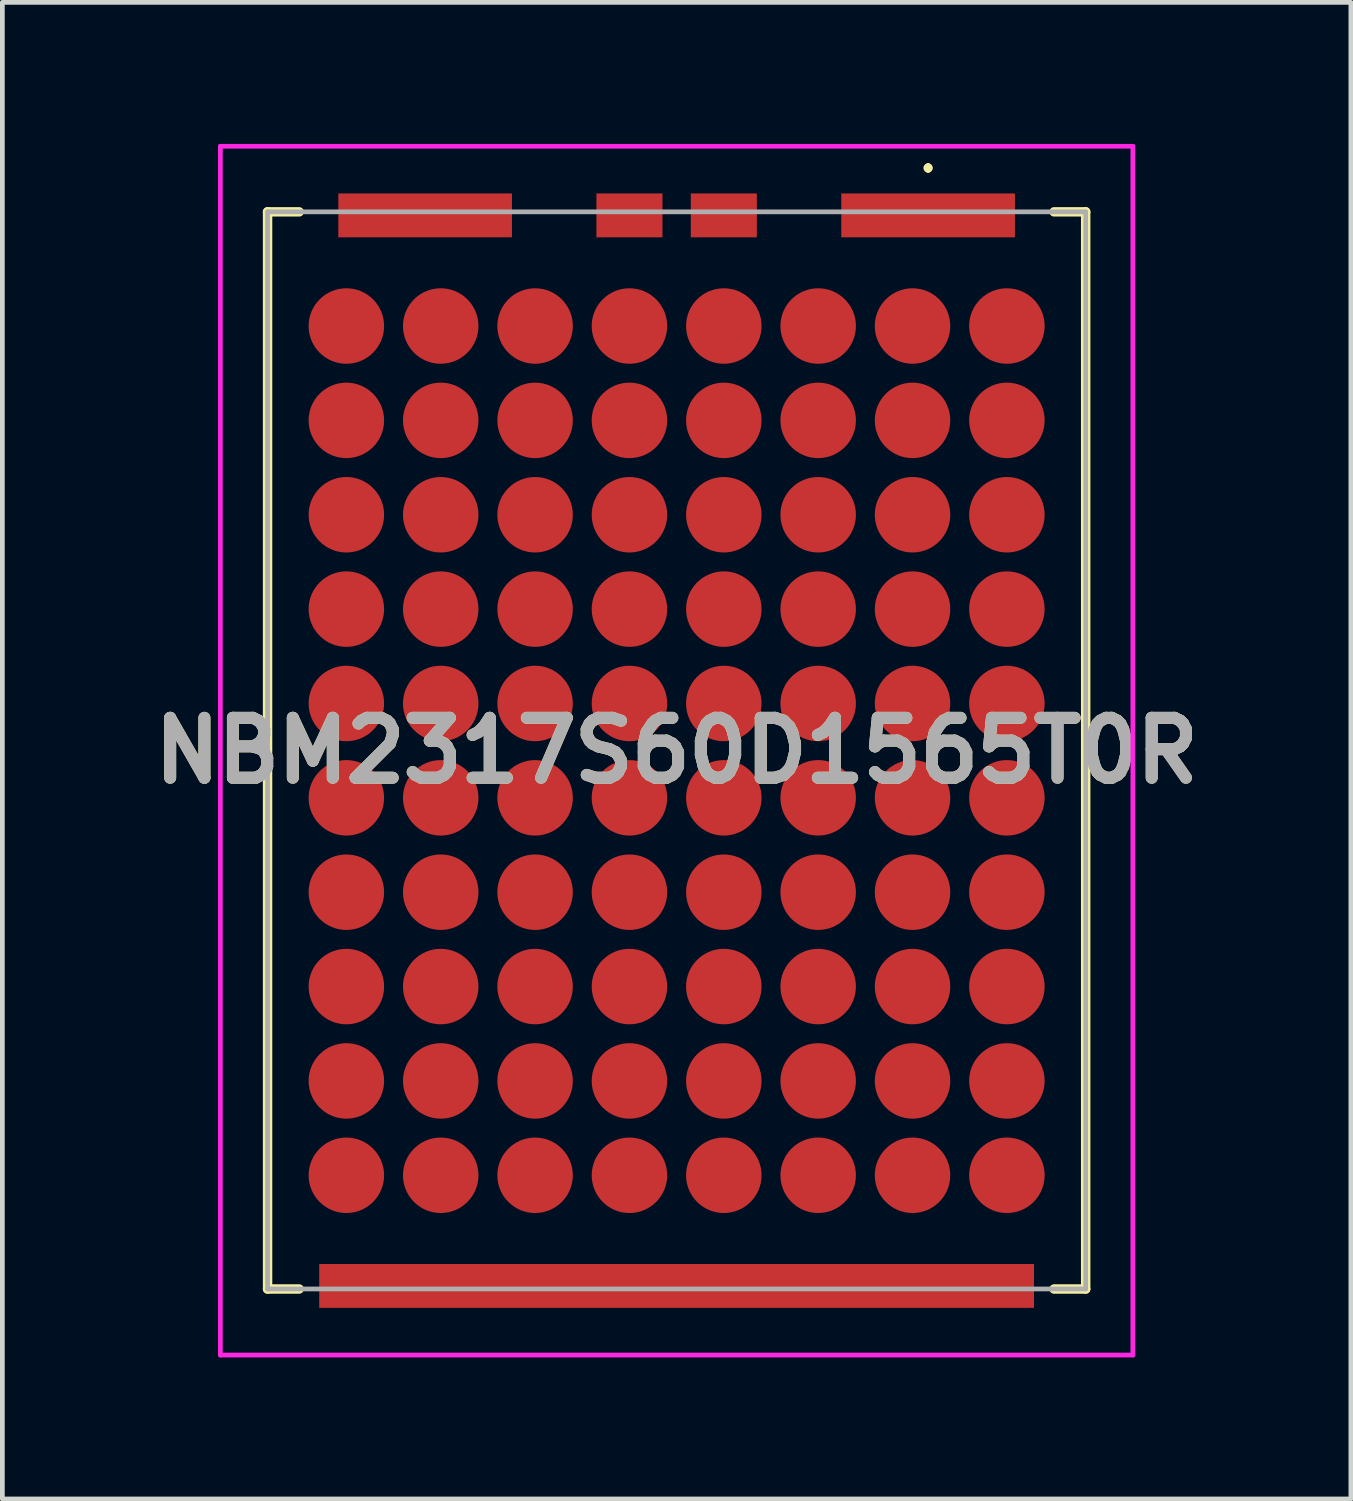
<source format=kicad_pcb>
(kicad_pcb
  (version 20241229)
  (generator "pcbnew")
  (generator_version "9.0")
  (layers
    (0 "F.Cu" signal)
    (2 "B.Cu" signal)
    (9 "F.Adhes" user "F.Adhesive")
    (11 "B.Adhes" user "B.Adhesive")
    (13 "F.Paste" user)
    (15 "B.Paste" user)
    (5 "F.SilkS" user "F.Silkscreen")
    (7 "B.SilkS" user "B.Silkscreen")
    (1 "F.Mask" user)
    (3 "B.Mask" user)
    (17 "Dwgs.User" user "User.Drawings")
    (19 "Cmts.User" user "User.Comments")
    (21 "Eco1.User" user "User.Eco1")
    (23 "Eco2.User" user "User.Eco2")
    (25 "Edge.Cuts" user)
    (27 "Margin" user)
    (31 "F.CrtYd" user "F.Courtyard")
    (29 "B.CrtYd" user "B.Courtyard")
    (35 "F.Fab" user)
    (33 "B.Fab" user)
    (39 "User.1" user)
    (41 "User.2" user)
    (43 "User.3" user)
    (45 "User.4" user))
  (footprint "NBM2317S60D1565T0R"
    (layer "F.Cu")
    (at 11.291 12.86)
    (property "Reference" "NBM2317S60D1565T0R" (at 0 0 0) (layer "F.SilkS") (effects (font (size 1.27 1.27) (thickness 0.254))))
    (attr smd)
    (fp_line (start -8.67 -11.42) (end -8 -11.42) (stroke (width 0.2) (type solid)) (layer "F.SilkS"))
    (fp_line (start -8.67 11.41) (end -8.67 -11.42) (stroke (width 0.2) (type solid)) (layer "F.SilkS"))
    (fp_line (start -8 11.41) (end -8.67 11.41) (stroke (width 0.2) (type solid)) (layer "F.SilkS"))
    (fp_line (start 5.33 -12.4) (end 5.33 -12.4) (stroke (width 0.1) (type solid)) (layer "F.SilkS"))
    (fp_line (start 5.33 -12.3) (end 5.33 -12.3) (stroke (width 0.1) (type solid)) (layer "F.SilkS"))
    (fp_line (start 8 -11.42) (end 8.67 -11.42) (stroke (width 0.2) (type solid)) (layer "F.SilkS"))
    (fp_line (start 8.67 -11.42) (end 8.67 11.41) (stroke (width 0.2) (type solid)) (layer "F.SilkS"))
    (fp_line (start 8.67 11.41) (end 8 11.41) (stroke (width 0.2) (type solid)) (layer "F.SilkS"))
    (fp_arc (start 5.33 -12.4) (mid 5.38 -12.35) (end 5.33 -12.3) (stroke (width 0.1) (type solid)) (layer "F.SilkS"))
    (fp_arc (start 5.33 -12.3) (mid 5.28 -12.35) (end 5.33 -12.4) (stroke (width 0.1) (type solid)) (layer "F.SilkS"))
    (fp_line (start -9.67 -12.81) (end 9.67 -12.81) (stroke (width 0.1) (type solid)) (layer "F.CrtYd"))
    (fp_line (start -9.67 12.81) (end -9.67 -12.81) (stroke (width 0.1) (type solid)) (layer "F.CrtYd"))
    (fp_line (start 9.67 -12.81) (end 9.67 12.81) (stroke (width 0.1) (type solid)) (layer "F.CrtYd"))
    (fp_line (start 9.67 12.81) (end -9.67 12.81) (stroke (width 0.1) (type solid)) (layer "F.CrtYd"))
    (fp_line (start -8.67 -11.42) (end 8.67 -11.42) (stroke (width 0.1) (type solid)) (layer "F.Fab"))
    (fp_line (start -8.67 11.41) (end -8.67 -11.42) (stroke (width 0.1) (type solid)) (layer "F.Fab"))
    (fp_line (start 8.67 -11.42) (end 8.67 11.41) (stroke (width 0.1) (type solid)) (layer "F.Fab"))
    (fp_line (start 8.67 11.41) (end -8.67 11.41) (stroke (width 0.1) (type solid)) (layer "F.Fab"))
    (fp_text user "${REFERENCE}" (at 0 0 0) (layer "F.Fab") (effects (font (size 1.27 1.27) (thickness 0.254))))
    (pad "1" smd rect (at 5.33 -11.345 90) (size 0.93 3.68) (layers "F.Cu" "F.Mask" "F.Paste"))
    (pad "2" smd rect (at 1 -11.345 90) (size 0.93 1.4) (layers "F.Cu" "F.Mask" "F.Paste"))
    (pad "3" smd rect (at -1 -11.345 90) (size 0.93 1.4) (layers "F.Cu" "F.Mask" "F.Paste"))
    (pad "4" smd rect (at -5.33 -11.345 90) (size 0.93 3.68) (layers "F.Cu" "F.Mask" "F.Paste"))
    (pad "5" smd rect (at 0 11.345 90) (size 0.93 15.15) (layers "F.Cu" "F.Mask" "F.Paste"))
    (pad "6" smd circle (at 7 -9 90) (size 1.6 1.6) (layers "F.Cu" "F.Mask" "F.Paste"))
    (pad "7" smd circle (at 5 -9 90) (size 1.6 1.6) (layers "F.Cu" "F.Mask" "F.Paste"))
    (pad "8" smd circle (at 3 -9 90) (size 1.6 1.6) (layers "F.Cu" "F.Mask" "F.Paste"))
    (pad "9" smd circle (at 1 -9 90) (size 1.6 1.6) (layers "F.Cu" "F.Mask" "F.Paste"))
    (pad "10" smd circle (at -1 -9 90) (size 1.6 1.6) (layers "F.Cu" "F.Mask" "F.Paste"))
    (pad "11" smd circle (at -3 -9 90) (size 1.6 1.6) (layers "F.Cu" "F.Mask" "F.Paste"))
    (pad "12" smd circle (at -5 -9 90) (size 1.6 1.6) (layers "F.Cu" "F.Mask" "F.Paste"))
    (pad "13" smd circle (at -7 -9 90) (size 1.6 1.6) (layers "F.Cu" "F.Mask" "F.Paste"))
    (pad "14" smd circle (at 7 -7 90) (size 1.6 1.6) (layers "F.Cu" "F.Mask" "F.Paste"))
    (pad "15" smd circle (at 5 -7 90) (size 1.6 1.6) (layers "F.Cu" "F.Mask" "F.Paste"))
    (pad "16" smd circle (at 3 -7 90) (size 1.6 1.6) (layers "F.Cu" "F.Mask" "F.Paste"))
    (pad "17" smd circle (at 1 -7 90) (size 1.6 1.6) (layers "F.Cu" "F.Mask" "F.Paste"))
    (pad "18" smd circle (at -1 -7 90) (size 1.6 1.6) (layers "F.Cu" "F.Mask" "F.Paste"))
    (pad "19" smd circle (at -3 -7 90) (size 1.6 1.6) (layers "F.Cu" "F.Mask" "F.Paste"))
    (pad "20" smd circle (at -5 -7 90) (size 1.6 1.6) (layers "F.Cu" "F.Mask" "F.Paste"))
    (pad "21" smd circle (at -7 -7 90) (size 1.6 1.6) (layers "F.Cu" "F.Mask" "F.Paste"))
    (pad "22" smd circle (at 7 -5 90) (size 1.6 1.6) (layers "F.Cu" "F.Mask" "F.Paste"))
    (pad "23" smd circle (at 5 -5 90) (size 1.6 1.6) (layers "F.Cu" "F.Mask" "F.Paste"))
    (pad "24" smd circle (at 3 -5 90) (size 1.6 1.6) (layers "F.Cu" "F.Mask" "F.Paste"))
    (pad "25" smd circle (at 1 -5 90) (size 1.6 1.6) (layers "F.Cu" "F.Mask" "F.Paste"))
    (pad "26" smd circle (at -1 -5 90) (size 1.6 1.6) (layers "F.Cu" "F.Mask" "F.Paste"))
    (pad "27" smd circle (at -3 -5 90) (size 1.6 1.6) (layers "F.Cu" "F.Mask" "F.Paste"))
    (pad "28" smd circle (at -5 -5 90) (size 1.6 1.6) (layers "F.Cu" "F.Mask" "F.Paste"))
    (pad "29" smd circle (at -7 -5 90) (size 1.6 1.6) (layers "F.Cu" "F.Mask" "F.Paste"))
    (pad "30" smd circle (at 7 -3 90) (size 1.6 1.6) (layers "F.Cu" "F.Mask" "F.Paste"))
    (pad "31" smd circle (at 5 -3 90) (size 1.6 1.6) (layers "F.Cu" "F.Mask" "F.Paste"))
    (pad "32" smd circle (at 3 -3 90) (size 1.6 1.6) (layers "F.Cu" "F.Mask" "F.Paste"))
    (pad "33" smd circle (at 1 -3 90) (size 1.6 1.6) (layers "F.Cu" "F.Mask" "F.Paste"))
    (pad "34" smd circle (at -1 -3 90) (size 1.6 1.6) (layers "F.Cu" "F.Mask" "F.Paste"))
    (pad "35" smd circle (at -3 -3 90) (size 1.6 1.6) (layers "F.Cu" "F.Mask" "F.Paste"))
    (pad "36" smd circle (at -5 -3 90) (size 1.6 1.6) (layers "F.Cu" "F.Mask" "F.Paste"))
    (pad "37" smd circle (at -7 -3 90) (size 1.6 1.6) (layers "F.Cu" "F.Mask" "F.Paste"))
    (pad "38" smd circle (at 7 -1 90) (size 1.6 1.6) (layers "F.Cu" "F.Mask" "F.Paste"))
    (pad "39" smd circle (at 5 -1 90) (size 1.6 1.6) (layers "F.Cu" "F.Mask" "F.Paste"))
    (pad "40" smd circle (at 3 -1 90) (size 1.6 1.6) (layers "F.Cu" "F.Mask" "F.Paste"))
    (pad "41" smd circle (at 1 -1 90) (size 1.6 1.6) (layers "F.Cu" "F.Mask" "F.Paste"))
    (pad "42" smd circle (at -1 -1 90) (size 1.6 1.6) (layers "F.Cu" "F.Mask" "F.Paste"))
    (pad "43" smd circle (at -3 -1 90) (size 1.6 1.6) (layers "F.Cu" "F.Mask" "F.Paste"))
    (pad "44" smd circle (at -5 -1 90) (size 1.6 1.6) (layers "F.Cu" "F.Mask" "F.Paste"))
    (pad "45" smd circle (at -7 -1 90) (size 1.6 1.6) (layers "F.Cu" "F.Mask" "F.Paste"))
    (pad "46" smd circle (at 7 1 90) (size 1.6 1.6) (layers "F.Cu" "F.Mask" "F.Paste"))
    (pad "47" smd circle (at 5 1 90) (size 1.6 1.6) (layers "F.Cu" "F.Mask" "F.Paste"))
    (pad "48" smd circle (at 3 1 90) (size 1.6 1.6) (layers "F.Cu" "F.Mask" "F.Paste"))
    (pad "49" smd circle (at 1 1 90) (size 1.6 1.6) (layers "F.Cu" "F.Mask" "F.Paste"))
    (pad "50" smd circle (at -1 1 90) (size 1.6 1.6) (layers "F.Cu" "F.Mask" "F.Paste"))
    (pad "51" smd circle (at -3 1 90) (size 1.6 1.6) (layers "F.Cu" "F.Mask" "F.Paste"))
    (pad "52" smd circle (at -5 1 90) (size 1.6 1.6) (layers "F.Cu" "F.Mask" "F.Paste"))
    (pad "53" smd circle (at -7 1 90) (size 1.6 1.6) (layers "F.Cu" "F.Mask" "F.Paste"))
    (pad "54" smd circle (at 7 3 90) (size 1.6 1.6) (layers "F.Cu" "F.Mask" "F.Paste"))
    (pad "55" smd circle (at 5 3 90) (size 1.6 1.6) (layers "F.Cu" "F.Mask" "F.Paste"))
    (pad "56" smd circle (at 3 3 90) (size 1.6 1.6) (layers "F.Cu" "F.Mask" "F.Paste"))
    (pad "57" smd circle (at 1 3 90) (size 1.6 1.6) (layers "F.Cu" "F.Mask" "F.Paste"))
    (pad "58" smd circle (at -1 3 90) (size 1.6 1.6) (layers "F.Cu" "F.Mask" "F.Paste"))
    (pad "59" smd circle (at -3 3 90) (size 1.6 1.6) (layers "F.Cu" "F.Mask" "F.Paste"))
    (pad "60" smd circle (at -5 3 90) (size 1.6 1.6) (layers "F.Cu" "F.Mask" "F.Paste"))
    (pad "61" smd circle (at -7 3 90) (size 1.6 1.6) (layers "F.Cu" "F.Mask" "F.Paste"))
    (pad "62" smd circle (at 7 5 90) (size 1.6 1.6) (layers "F.Cu" "F.Mask" "F.Paste"))
    (pad "63" smd circle (at 5 5 90) (size 1.6 1.6) (layers "F.Cu" "F.Mask" "F.Paste"))
    (pad "64" smd circle (at 3 5 90) (size 1.6 1.6) (layers "F.Cu" "F.Mask" "F.Paste"))
    (pad "65" smd circle (at 1 5 90) (size 1.6 1.6) (layers "F.Cu" "F.Mask" "F.Paste"))
    (pad "66" smd circle (at -1 5 90) (size 1.6 1.6) (layers "F.Cu" "F.Mask" "F.Paste"))
    (pad "67" smd circle (at -3 5 90) (size 1.6 1.6) (layers "F.Cu" "F.Mask" "F.Paste"))
    (pad "68" smd circle (at -5 5 90) (size 1.6 1.6) (layers "F.Cu" "F.Mask" "F.Paste"))
    (pad "69" smd circle (at -7 5 90) (size 1.6 1.6) (layers "F.Cu" "F.Mask" "F.Paste"))
    (pad "70" smd circle (at 7 7 90) (size 1.6 1.6) (layers "F.Cu" "F.Mask" "F.Paste"))
    (pad "71" smd circle (at 5 7 90) (size 1.6 1.6) (layers "F.Cu" "F.Mask" "F.Paste"))
    (pad "72" smd circle (at 3 7 90) (size 1.6 1.6) (layers "F.Cu" "F.Mask" "F.Paste"))
    (pad "73" smd circle (at 1 7 90) (size 1.6 1.6) (layers "F.Cu" "F.Mask" "F.Paste"))
    (pad "74" smd circle (at -1 7 90) (size 1.6 1.6) (layers "F.Cu" "F.Mask" "F.Paste"))
    (pad "75" smd circle (at -3 7 90) (size 1.6 1.6) (layers "F.Cu" "F.Mask" "F.Paste"))
    (pad "76" smd circle (at -5 7 90) (size 1.6 1.6) (layers "F.Cu" "F.Mask" "F.Paste"))
    (pad "77" smd circle (at -7 7 90) (size 1.6 1.6) (layers "F.Cu" "F.Mask" "F.Paste"))
    (pad "78" smd circle (at 7 9 90) (size 1.6 1.6) (layers "F.Cu" "F.Mask" "F.Paste"))
    (pad "79" smd circle (at 5 9 90) (size 1.6 1.6) (layers "F.Cu" "F.Mask" "F.Paste"))
    (pad "80" smd circle (at 3 9 90) (size 1.6 1.6) (layers "F.Cu" "F.Mask" "F.Paste"))
    (pad "81" smd circle (at 1 9 90) (size 1.6 1.6) (layers "F.Cu" "F.Mask" "F.Paste"))
    (pad "82" smd circle (at -1 9 90) (size 1.6 1.6) (layers "F.Cu" "F.Mask" "F.Paste"))
    (pad "83" smd circle (at -3 9 90) (size 1.6 1.6) (layers "F.Cu" "F.Mask" "F.Paste"))
    (pad "84" smd circle (at -5 9 90) (size 1.6 1.6) (layers "F.Cu" "F.Mask" "F.Paste"))
    (pad "85" smd circle (at -7 9 90) (size 1.6 1.6) (layers "F.Cu" "F.Mask" "F.Paste")))
  (gr_rect
    (start -3 -3)
    (end 25.582 28.72)
    (stroke (width 0.1) (type default))
    (fill no)
    (layer "Edge.Cuts")))
</source>
